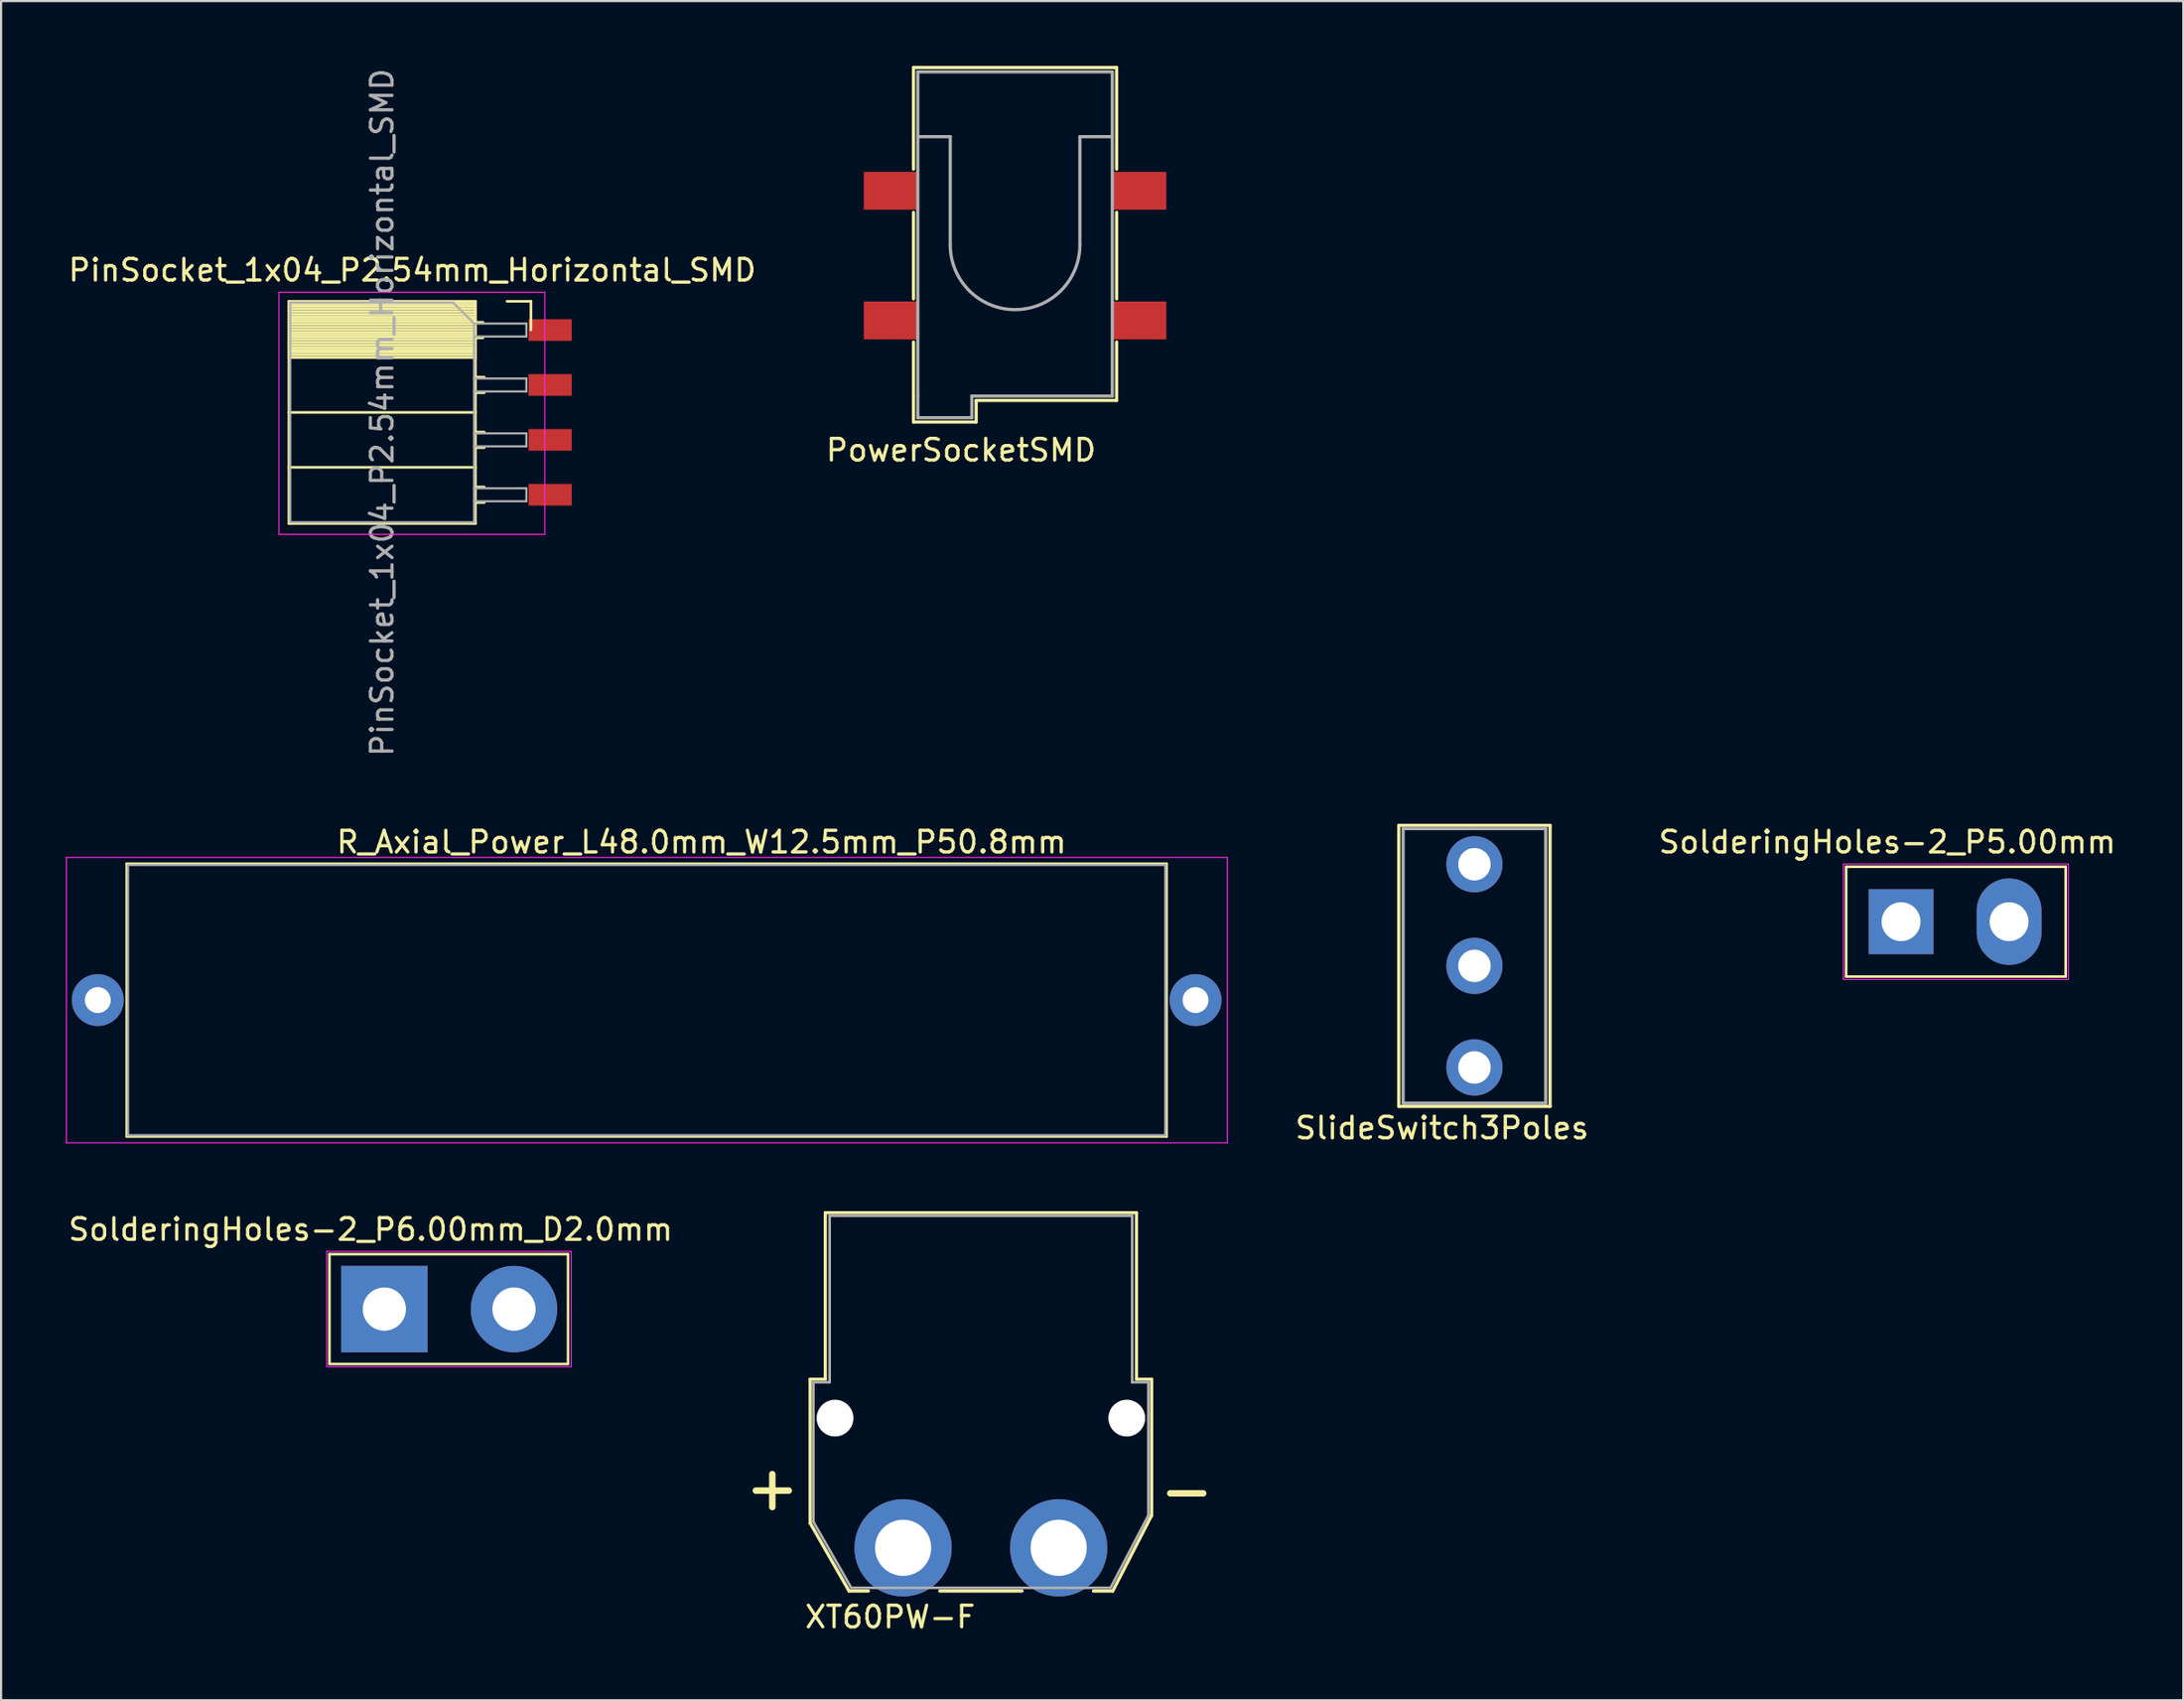
<source format=kicad_pcb>
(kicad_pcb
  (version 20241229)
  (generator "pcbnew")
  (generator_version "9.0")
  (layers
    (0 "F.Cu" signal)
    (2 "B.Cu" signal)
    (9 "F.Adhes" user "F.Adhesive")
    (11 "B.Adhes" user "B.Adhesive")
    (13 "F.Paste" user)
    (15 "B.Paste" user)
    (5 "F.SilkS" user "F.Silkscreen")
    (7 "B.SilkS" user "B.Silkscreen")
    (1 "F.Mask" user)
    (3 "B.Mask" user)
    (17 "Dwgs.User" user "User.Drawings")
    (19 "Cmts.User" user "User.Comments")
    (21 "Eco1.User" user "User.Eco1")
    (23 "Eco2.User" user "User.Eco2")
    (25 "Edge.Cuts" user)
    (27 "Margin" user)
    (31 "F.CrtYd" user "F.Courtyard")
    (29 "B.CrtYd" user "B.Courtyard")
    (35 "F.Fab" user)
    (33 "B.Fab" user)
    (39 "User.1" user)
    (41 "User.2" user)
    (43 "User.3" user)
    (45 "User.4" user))
  (footprint "PinSocket_1x04_P2.54mm_Horizontal_SMD"
    (layer "F.Cu")
    (at 20.41 12.22)
    (property "Reference" "PinSocket_1x04_P2.54mm_Horizontal_SMD" (at -4.38 -2.77 0) (layer "F.SilkS") (effects (font (size 1 1) (thickness 0.15))))
    (attr through_hole)
    (fp_line (start -10.09 -1.33) (end -10.09 8.95) (stroke (width 0.12) (type solid)) (layer "F.SilkS"))
    (fp_line (start -10.09 -1.33) (end -1.46 -1.33) (stroke (width 0.12) (type solid)) (layer "F.SilkS"))
    (fp_line (start -10.09 -1.21) (end -1.46 -1.21) (stroke (width 0.12) (type solid)) (layer "F.SilkS"))
    (fp_line (start -10.09 -1.092) (end -1.46 -1.092) (stroke (width 0.12) (type solid)) (layer "F.SilkS"))
    (fp_line (start -10.09 -0.974) (end -1.46 -0.974) (stroke (width 0.12) (type solid)) (layer "F.SilkS"))
    (fp_line (start -10.09 -0.856) (end -1.46 -0.856) (stroke (width 0.12) (type solid)) (layer "F.SilkS"))
    (fp_line (start -10.09 -0.738) (end -1.46 -0.738) (stroke (width 0.12) (type solid)) (layer "F.SilkS"))
    (fp_line (start -10.09 -0.62) (end -1.46 -0.62) (stroke (width 0.12) (type solid)) (layer "F.SilkS"))
    (fp_line (start -10.09 -0.501) (end -1.46 -0.501) (stroke (width 0.12) (type solid)) (layer "F.SilkS"))
    (fp_line (start -10.09 -0.383) (end -1.46 -0.383) (stroke (width 0.12) (type solid)) (layer "F.SilkS"))
    (fp_line (start -10.09 -0.265) (end -1.46 -0.265) (stroke (width 0.12) (type solid)) (layer "F.SilkS"))
    (fp_line (start -10.09 -0.147) (end -1.46 -0.147) (stroke (width 0.12) (type solid)) (layer "F.SilkS"))
    (fp_line (start -10.09 -0.029) (end -1.46 -0.029) (stroke (width 0.12) (type solid)) (layer "F.SilkS"))
    (fp_line (start -10.09 0.089) (end -1.46 0.089) (stroke (width 0.12) (type solid)) (layer "F.SilkS"))
    (fp_line (start -10.09 0.207) (end -1.46 0.207) (stroke (width 0.12) (type solid)) (layer "F.SilkS"))
    (fp_line (start -10.09 0.325) (end -1.46 0.325) (stroke (width 0.12) (type solid)) (layer "F.SilkS"))
    (fp_line (start -10.09 0.443) (end -1.46 0.443) (stroke (width 0.12) (type solid)) (layer "F.SilkS"))
    (fp_line (start -10.09 0.561) (end -1.46 0.561) (stroke (width 0.12) (type solid)) (layer "F.SilkS"))
    (fp_line (start -10.09 0.68) (end -1.46 0.68) (stroke (width 0.12) (type solid)) (layer "F.SilkS"))
    (fp_line (start -10.09 0.798) (end -1.46 0.798) (stroke (width 0.12) (type solid)) (layer "F.SilkS"))
    (fp_line (start -10.09 0.916) (end -1.46 0.916) (stroke (width 0.12) (type solid)) (layer "F.SilkS"))
    (fp_line (start -10.09 1.034) (end -1.46 1.034) (stroke (width 0.12) (type solid)) (layer "F.SilkS"))
    (fp_line (start -10.09 1.152) (end -1.46 1.152) (stroke (width 0.12) (type solid)) (layer "F.SilkS"))
    (fp_line (start -10.09 1.27) (end -1.46 1.27) (stroke (width 0.12) (type solid)) (layer "F.SilkS"))
    (fp_line (start -10.09 3.81) (end -1.46 3.81) (stroke (width 0.12) (type solid)) (layer "F.SilkS"))
    (fp_line (start -10.09 6.35) (end -1.46 6.35) (stroke (width 0.12) (type solid)) (layer "F.SilkS"))
    (fp_line (start -10.09 8.95) (end -1.46 8.95) (stroke (width 0.12) (type solid)) (layer "F.SilkS"))
    (fp_line (start -1.46 -1.33) (end -1.46 8.95) (stroke (width 0.12) (type solid)) (layer "F.SilkS"))
    (fp_line (start -1.46 -0.36) (end -1.11 -0.36) (stroke (width 0.12) (type solid)) (layer "F.SilkS"))
    (fp_line (start -1.46 0.36) (end -1.11 0.36) (stroke (width 0.12) (type solid)) (layer "F.SilkS"))
    (fp_line (start -1.46 2.18) (end -1.05 2.18) (stroke (width 0.12) (type solid)) (layer "F.SilkS"))
    (fp_line (start -1.46 2.9) (end -1.05 2.9) (stroke (width 0.12) (type solid)) (layer "F.SilkS"))
    (fp_line (start -1.46 4.72) (end -1.05 4.72) (stroke (width 0.12) (type solid)) (layer "F.SilkS"))
    (fp_line (start -1.46 5.44) (end -1.05 5.44) (stroke (width 0.12) (type solid)) (layer "F.SilkS"))
    (fp_line (start -1.46 7.26) (end -1.05 7.26) (stroke (width 0.12) (type solid)) (layer "F.SilkS"))
    (fp_line (start -1.46 7.98) (end -1.05 7.98) (stroke (width 0.12) (type solid)) (layer "F.SilkS"))
    (fp_line (start 0 -1.33) (end 1.11 -1.33) (stroke (width 0.12) (type solid)) (layer "F.SilkS"))
    (fp_line (start 1.11 -1.33) (end 1.11 0) (stroke (width 0.12) (type solid)) (layer "F.SilkS"))
    (fp_line (start -10.55 -1.75) (end -10.55 9.45) (stroke (width 0.05) (type solid)) (layer "F.CrtYd"))
    (fp_line (start -10.55 9.45) (end 1.75 9.45) (stroke (width 0.05) (type solid)) (layer "F.CrtYd"))
    (fp_line (start 1.75 -1.75) (end -10.55 -1.75) (stroke (width 0.05) (type solid)) (layer "F.CrtYd"))
    (fp_line (start 1.75 9.45) (end 1.75 -1.75) (stroke (width 0.05) (type solid)) (layer "F.CrtYd"))
    (fp_line (start -10.03 -1.27) (end -2.49 -1.27) (stroke (width 0.1) (type solid)) (layer "F.Fab"))
    (fp_line (start -10.03 8.89) (end -10.03 -1.27) (stroke (width 0.1) (type solid)) (layer "F.Fab"))
    (fp_line (start -2.49 -1.27) (end -1.52 -0.3) (stroke (width 0.1) (type solid)) (layer "F.Fab"))
    (fp_line (start -1.52 -0.3) (end -1.52 8.89) (stroke (width 0.1) (type solid)) (layer "F.Fab"))
    (fp_line (start -1.52 0.3) (end 0.9 0.3) (stroke (width 0.1) (type solid)) (layer "F.Fab"))
    (fp_line (start -1.52 2.84) (end 0.9 2.84) (stroke (width 0.1) (type solid)) (layer "F.Fab"))
    (fp_line (start -1.52 5.38) (end 0.9 5.38) (stroke (width 0.1) (type solid)) (layer "F.Fab"))
    (fp_line (start -1.52 7.92) (end 0.9 7.92) (stroke (width 0.1) (type solid)) (layer "F.Fab"))
    (fp_line (start -1.52 8.89) (end -10.03 8.89) (stroke (width 0.1) (type solid)) (layer "F.Fab"))
    (fp_line (start 0.9 -0.3) (end -1.52 -0.3) (stroke (width 0.1) (type solid)) (layer "F.Fab"))
    (fp_line (start 0.9 0.3) (end 0.9 -0.3) (stroke (width 0.1) (type solid)) (layer "F.Fab"))
    (fp_line (start 0.9 2.24) (end -1.52 2.24) (stroke (width 0.1) (type solid)) (layer "F.Fab"))
    (fp_line (start 0.9 2.84) (end 0.9 2.24) (stroke (width 0.1) (type solid)) (layer "F.Fab"))
    (fp_line (start 0.9 4.78) (end -1.52 4.78) (stroke (width 0.1) (type solid)) (layer "F.Fab"))
    (fp_line (start 0.9 5.38) (end 0.9 4.78) (stroke (width 0.1) (type solid)) (layer "F.Fab"))
    (fp_line (start 0.9 7.32) (end -1.52 7.32) (stroke (width 0.1) (type solid)) (layer "F.Fab"))
    (fp_line (start 0.9 7.92) (end 0.9 7.32) (stroke (width 0.1) (type solid)) (layer "F.Fab"))
    (fp_text user "${REFERENCE}" (at -5.775 3.81 90) (layer "F.Fab") (effects (font (size 1 1) (thickness 0.15))))
    (pad "1" smd rect (at 2 0) (size 2 1) (layers "F.Cu" "F.Mask" "F.Paste"))
    (pad "2" smd rect (at 2 2.54) (size 2 1) (layers "F.Cu" "F.Mask" "F.Paste"))
    (pad "3" smd rect (at 2 5.08) (size 2 1) (layers "F.Cu" "F.Mask" "F.Paste"))
    (pad "4" smd rect (at 2 7.62) (size 2 1) (layers "F.Cu" "F.Mask" "F.Paste")))
  (footprint "PowerSocketSMD"
    (layer "F.Cu")
    (at 43.923 5.775)
    (property "Reference" "PowerSocketSMD" (at -2.5 12 0) (layer "F.SilkS") (effects (font (size 1 1) (thickness 0.15))))
    (attr through_hole)
    (fp_line (start -4.7 -1) (end -4.7 -5.7) (stroke (width 0.15) (type solid)) (layer "F.SilkS"))
    (fp_line (start -4.7 5) (end -4.7 1) (stroke (width 0.15) (type solid)) (layer "F.SilkS"))
    (fp_line (start -4.7 10.7) (end -4.7 7) (stroke (width 0.15) (type solid)) (layer "F.SilkS"))
    (fp_line (start -4.7 10.7) (end -1.8 10.7) (stroke (width 0.15) (type solid)) (layer "F.SilkS"))
    (fp_line (start -1.8 9.7) (end 4.7 9.7) (stroke (width 0.15) (type solid)) (layer "F.SilkS"))
    (fp_line (start -1.8 10.7) (end -1.8 9.7) (stroke (width 0.15) (type solid)) (layer "F.SilkS"))
    (fp_line (start 4.7 -5.7) (end -4.7 -5.7) (stroke (width 0.15) (type solid)) (layer "F.SilkS"))
    (fp_line (start 4.7 -5.7) (end 4.7 -1) (stroke (width 0.15) (type solid)) (layer "F.SilkS"))
    (fp_line (start 4.7 1) (end 4.7 5) (stroke (width 0.15) (type solid)) (layer "F.SilkS"))
    (fp_line (start 4.7 7) (end 4.7 9.7) (stroke (width 0.15) (type solid)) (layer "F.SilkS"))
    (fp_line (start -4.5 -5.5) (end -4.5 9.5) (stroke (width 0.15) (type solid)) (layer "F.Fab"))
    (fp_line (start -4.5 -2.5) (end -3 -2.5) (stroke (width 0.15) (type solid)) (layer "F.Fab"))
    (fp_line (start -4.5 10.5) (end -4.5 9.5) (stroke (width 0.15) (type solid)) (layer "F.Fab"))
    (fp_line (start -3 -2.5) (end -3 2.5) (stroke (width 0.15) (type solid)) (layer "F.Fab"))
    (fp_line (start -2 9.5) (end -2 10.5) (stroke (width 0.15) (type solid)) (layer "F.Fab"))
    (fp_line (start -2 10.5) (end -4.5 10.5) (stroke (width 0.15) (type solid)) (layer "F.Fab"))
    (fp_line (start 3 -2.5) (end 4.5 -2.5) (stroke (width 0.15) (type solid)) (layer "F.Fab"))
    (fp_line (start 3 2.5) (end 3 -2.5) (stroke (width 0.15) (type solid)) (layer "F.Fab"))
    (fp_line (start 4.5 -5.5) (end -4.5 -5.5) (stroke (width 0.15) (type solid)) (layer "F.Fab"))
    (fp_line (start 4.5 9.5) (end -2 9.5) (stroke (width 0.15) (type solid)) (layer "F.Fab"))
    (fp_line (start 4.5 9.5) (end 4.5 -5.5) (stroke (width 0.15) (type solid)) (layer "F.Fab"))
    (fp_arc (start 3 2.5) (mid 0 5.5) (end -3 2.5) (stroke (width 0.15) (type solid)) (layer "F.Fab"))
    (pad "1" smd rect (at -5.75 0) (size 2.5 1.75) (layers "F.Cu" "F.Mask" "F.Paste"))
    (pad "1" smd rect (at -5.75 6) (size 2.5 1.75) (layers "F.Cu" "F.Mask" "F.Paste"))
    (pad "2" smd rect (at 5.75 0) (size 2.5 1.75) (layers "F.Cu" "F.Mask" "F.Paste"))
    (pad "2" smd rect (at 5.75 6) (size 2.5 1.75) (layers "F.Cu" "F.Mask" "F.Paste")))
  (footprint "SolderingHoles-2_P6.00mm_D2.0mm"
    (layer "F.Cu")
    (at 14.736 57.514)
    (property "Reference" "SolderingHoles-2_P6.00mm_D2.0mm" (at -0.635 -3.683 0) (layer "F.SilkS") (effects (font (size 1 1) (thickness 0.15))))
    (attr through_hole)
    (fp_line (start -2.54 -2.54) (end -2.54 2.54) (stroke (width 0.12) (type solid)) (layer "F.SilkS"))
    (fp_line (start -2.54 2.54) (end 8.5 2.54) (stroke (width 0.12) (type solid)) (layer "F.SilkS"))
    (fp_line (start 8.5 -2.54) (end -2.54 -2.54) (stroke (width 0.12) (type solid)) (layer "F.SilkS"))
    (fp_line (start 8.5 2.54) (end 8.5 -2.54) (stroke (width 0.12) (type solid)) (layer "F.SilkS"))
    (fp_line (start -2.667 -2.667) (end -2.667 2.667) (stroke (width 0.05) (type solid)) (layer "F.CrtYd"))
    (fp_line (start -2.667 -2.667) (end 8.65 -2.667) (stroke (width 0.05) (type solid)) (layer "F.CrtYd"))
    (fp_line (start 8.65 2.667) (end -2.667 2.667) (stroke (width 0.05) (type solid)) (layer "F.CrtYd"))
    (fp_line (start 8.65 2.667) (end 8.65 -2.667) (stroke (width 0.05) (type solid)) (layer "F.CrtYd"))
    (pad "1" thru_hole rect (at 0 0) (size 4 4) (drill 2) (layers "*.Cu" "*.Mask"))
    (pad "2" thru_hole oval (at 6 0) (size 4 4) (drill 2) (layers "*.Cu" "*.Mask")))
  (footprint "XT60PW-F"
    (layer "F.Cu")
    (at 42.342 68.558)
    (property "Reference" "XT60PW-F" (at -4.2 3.2 0) (layer "F.SilkS") (effects (font (size 1 1) (thickness 0.15))))
    (attr through_hole)
    (fp_line (start -7.9 -7.8) (end -7.9 -1.143) (stroke (width 0.15) (type solid)) (layer "F.SilkS"))
    (fp_line (start -7.9 -7.8) (end -7.2 -7.8) (stroke (width 0.15) (type solid)) (layer "F.SilkS"))
    (fp_line (start -7.9 -1.143) (end -6.1 2) (stroke (width 0.15) (type solid)) (layer "F.SilkS"))
    (fp_line (start -7.2 -7.8) (end -7.2 -15.5) (stroke (width 0.15) (type solid)) (layer "F.SilkS"))
    (fp_line (start -6.1 2) (end -5.207 2) (stroke (width 0.15) (type solid)) (layer "F.SilkS"))
    (fp_line (start -1.905 2) (end 1.905 2) (stroke (width 0.15) (type solid)) (layer "F.SilkS"))
    (fp_line (start 5.207 2) (end 6.1 2) (stroke (width 0.15) (type solid)) (layer "F.SilkS"))
    (fp_line (start 6.1 2) (end 7.9 -1.5) (stroke (width 0.15) (type solid)) (layer "F.SilkS"))
    (fp_line (start 7.2 -15.5) (end -7.2 -15.5) (stroke (width 0.15) (type solid)) (layer "F.SilkS"))
    (fp_line (start 7.2 -15.5) (end 7.2 -7.8) (stroke (width 0.15) (type solid)) (layer "F.SilkS"))
    (fp_line (start 7.2 -7.8) (end 7.9 -7.8) (stroke (width 0.15) (type solid)) (layer "F.SilkS"))
    (fp_line (start 7.9 -1.5) (end 7.9 -7.8) (stroke (width 0.15) (type solid)) (layer "F.SilkS"))
    (fp_line (start -7.75 -7.66) (end -7.75 -1.2) (stroke (width 0.12) (type solid)) (layer "F.Fab"))
    (fp_line (start -7.75 -7.66) (end -7 -7.66) (stroke (width 0.12) (type solid)) (layer "F.Fab"))
    (fp_line (start -7.75 -1.2) (end -6 1.85) (stroke (width 0.12) (type solid)) (layer "F.Fab"))
    (fp_line (start -7 -15.36) (end 7 -15.36) (stroke (width 0.12) (type solid)) (layer "F.Fab"))
    (fp_line (start -7 -7.66) (end -7 -15.36) (stroke (width 0.12) (type solid)) (layer "F.Fab"))
    (fp_line (start -6 1.85) (end 6 1.85) (stroke (width 0.12) (type solid)) (layer "F.Fab"))
    (fp_line (start 6 1.85) (end 7.75 -1.5) (stroke (width 0.12) (type solid)) (layer "F.Fab"))
    (fp_line (start 7 -7.66) (end 7 -15.36) (stroke (width 0.12) (type solid)) (layer "F.Fab"))
    (fp_line (start 7.75 -7.66) (end 7 -7.66) (stroke (width 0.12) (type solid)) (layer "F.Fab"))
    (fp_line (start 7.75 -7.66) (end 7.75 -1.5) (stroke (width 0.12) (type solid)) (layer "F.Fab"))
    (fp_text user "+" (at -9.652 -2.794 0) (layer "F.SilkS") (effects (font (size 2 2) (thickness 0.3))))
    (fp_text user "-" (at 9.525 -2.667 0) (layer "F.SilkS") (effects (font (size 2 2) (thickness 0.3))))
    (pad "" np_thru_hole circle (at -6.75 -6) (size 1.7 1.7) (drill 1.7) (layers "*.Cu" "*.Mask"))
    (pad "" np_thru_hole circle (at 6.75 -6) (size 1.7 1.7) (drill 1.7) (layers "*.Cu" "*.Mask"))
    (pad "1" thru_hole circle (at -3.6 0) (size 4.5 4.5) (drill 2.6) (layers "*.Cu" "*.Mask"))
    (pad "2" thru_hole circle (at 3.6 0) (size 4.5 4.5) (drill 2.6) (layers "*.Cu" "*.Mask")))
  (footprint "R_Axial_Power_L48.0mm_W12.5mm_P50.8mm"
    (layer "F.Cu")
    (at 1.475 43.218)
    (property "Reference" "R_Axial_Power_L48.0mm_W12.5mm_P50.8mm" (at 27.94 -7.31 0) (layer "F.SilkS") (effects (font (size 1 1) (thickness 0.15))))
    (attr through_hole)
    (fp_line (start 1.34 -6.31) (end 1.34 6.31) (stroke (width 0.12) (type solid)) (layer "F.SilkS"))
    (fp_line (start 1.34 6.31) (end 49.46 6.31) (stroke (width 0.12) (type solid)) (layer "F.SilkS"))
    (fp_line (start 49.46 -6.31) (end 1.34 -6.31) (stroke (width 0.12) (type solid)) (layer "F.SilkS"))
    (fp_line (start 49.46 6.31) (end 49.46 -6.31) (stroke (width 0.12) (type solid)) (layer "F.SilkS"))
    (fp_line (start -1.45 -6.6) (end -1.45 6.6) (stroke (width 0.05) (type solid)) (layer "F.CrtYd"))
    (fp_line (start -1.45 6.6) (end 52.27 6.6) (stroke (width 0.05) (type solid)) (layer "F.CrtYd"))
    (fp_line (start 52.27 -6.6) (end -1.45 -6.6) (stroke (width 0.05) (type solid)) (layer "F.CrtYd"))
    (fp_line (start 52.27 6.6) (end 52.27 -6.6) (stroke (width 0.05) (type solid)) (layer "F.CrtYd"))
    (fp_line (start 1.4 -6.25) (end 1.4 6.25) (stroke (width 0.1) (type solid)) (layer "F.Fab"))
    (fp_line (start 1.4 6.25) (end 49.4 6.25) (stroke (width 0.1) (type solid)) (layer "F.Fab"))
    (fp_line (start 49.4 -6.25) (end 1.4 -6.25) (stroke (width 0.1) (type solid)) (layer "F.Fab"))
    (fp_line (start 49.4 6.25) (end 49.4 -6.25) (stroke (width 0.1) (type solid)) (layer "F.Fab"))
    (pad "1" thru_hole circle (at 0 0) (size 2.4 2.4) (drill 1.2) (layers "*.Cu" "*.Mask"))
    (pad "2" thru_hole oval (at 50.8 0) (size 2.4 2.4) (drill 1.2) (layers "*.Cu" "*.Mask")))
  (footprint "SolderingHoles-2_P5.00mm"
    (layer "F.Cu")
    (at 84.923 39.591)
    (property "Reference" "SolderingHoles-2_P5.00mm" (at -0.635 -3.683 0) (layer "F.SilkS") (effects (font (size 1 1) (thickness 0.15))))
    (attr through_hole)
    (fp_line (start -2.54 -2.54) (end -2.54 2.54) (stroke (width 0.12) (type solid)) (layer "F.SilkS"))
    (fp_line (start -2.54 2.54) (end 7.62 2.54) (stroke (width 0.12) (type solid)) (layer "F.SilkS"))
    (fp_line (start 7.62 -2.54) (end -2.54 -2.54) (stroke (width 0.12) (type solid)) (layer "F.SilkS"))
    (fp_line (start 7.62 2.54) (end 7.62 -2.54) (stroke (width 0.12) (type solid)) (layer "F.SilkS"))
    (fp_line (start -2.667 -2.667) (end -2.667 2.667) (stroke (width 0.05) (type solid)) (layer "F.CrtYd"))
    (fp_line (start -2.667 -2.667) (end 7.747 -2.667) (stroke (width 0.05) (type solid)) (layer "F.CrtYd"))
    (fp_line (start 7.747 2.667) (end -2.667 2.667) (stroke (width 0.05) (type solid)) (layer "F.CrtYd"))
    (fp_line (start 7.747 2.667) (end 7.747 -2.667) (stroke (width 0.05) (type solid)) (layer "F.CrtYd"))
    (pad "1" thru_hole rect (at 0 0) (size 3 3) (drill 1.8) (layers "*.Cu" "*.Mask"))
    (pad "2" thru_hole oval (at 5 0) (size 3 4) (drill 1.8) (layers "*.Cu" "*.Mask")))
  (footprint "SlideSwitch3Poles"
    (layer "F.Cu")
    (at 65.181 41.635)
    (property "Reference" "SlideSwitch3Poles" (at -1.5 7.5 0) (layer "F.SilkS") (effects (font (size 1 1) (thickness 0.15))))
    (attr through_hole)
    (fp_line (start -3.5 -6.5) (end 3.5 -6.5) (stroke (width 0.15) (type solid)) (layer "F.SilkS"))
    (fp_line (start -3.5 6.5) (end -3.5 -6.5) (stroke (width 0.15) (type solid)) (layer "F.SilkS"))
    (fp_line (start 3.5 -6.5) (end 3.5 6.5) (stroke (width 0.15) (type solid)) (layer "F.SilkS"))
    (fp_line (start 3.5 6.5) (end -3.5 6.5) (stroke (width 0.15) (type solid)) (layer "F.SilkS"))
    (fp_line (start -3.3 -6.35) (end 3.3 -6.35) (stroke (width 0.15) (type solid)) (layer "F.Fab"))
    (fp_line (start -3.3 6.35) (end -3.3 -6.35) (stroke (width 0.15) (type solid)) (layer "F.Fab"))
    (fp_line (start 3.3 -6.35) (end 3.3 6.35) (stroke (width 0.15) (type solid)) (layer "F.Fab"))
    (fp_line (start 3.3 6.35) (end -3.3 6.35) (stroke (width 0.15) (type solid)) (layer "F.Fab"))
    (pad "1" thru_hole circle (at 0 -4.7) (size 2.6 2.6) (drill 1.5) (layers "*.Cu" "*.Mask"))
    (pad "2" thru_hole circle (at 0 0) (size 2.6 2.6) (drill 1.5) (layers "*.Cu" "*.Mask"))
    (pad "3" thru_hole circle (at 0 4.7) (size 2.6 2.6) (drill 1.5) (layers "*.Cu" "*.Mask")))
  (gr_rect
    (start -3 -3)
    (end 97.984 75.606)
    (stroke (width 0.1) (type default))
    (fill no)
    (layer "Edge.Cuts")))
</source>
